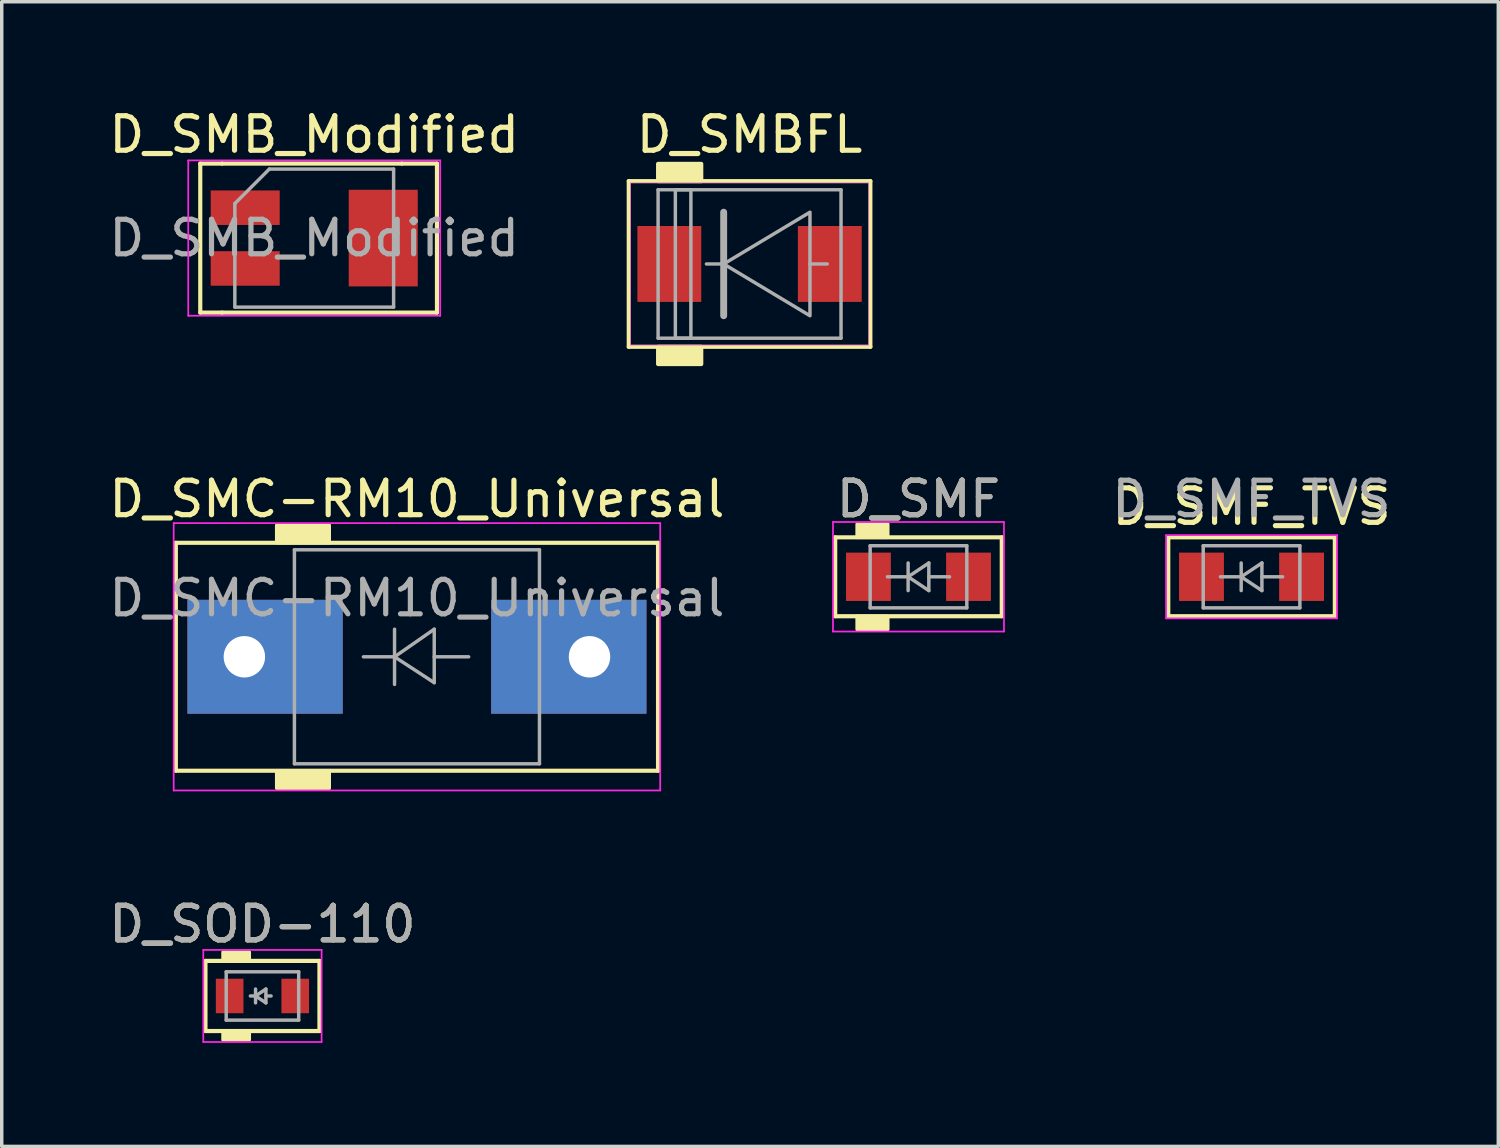
<source format=kicad_pcb>
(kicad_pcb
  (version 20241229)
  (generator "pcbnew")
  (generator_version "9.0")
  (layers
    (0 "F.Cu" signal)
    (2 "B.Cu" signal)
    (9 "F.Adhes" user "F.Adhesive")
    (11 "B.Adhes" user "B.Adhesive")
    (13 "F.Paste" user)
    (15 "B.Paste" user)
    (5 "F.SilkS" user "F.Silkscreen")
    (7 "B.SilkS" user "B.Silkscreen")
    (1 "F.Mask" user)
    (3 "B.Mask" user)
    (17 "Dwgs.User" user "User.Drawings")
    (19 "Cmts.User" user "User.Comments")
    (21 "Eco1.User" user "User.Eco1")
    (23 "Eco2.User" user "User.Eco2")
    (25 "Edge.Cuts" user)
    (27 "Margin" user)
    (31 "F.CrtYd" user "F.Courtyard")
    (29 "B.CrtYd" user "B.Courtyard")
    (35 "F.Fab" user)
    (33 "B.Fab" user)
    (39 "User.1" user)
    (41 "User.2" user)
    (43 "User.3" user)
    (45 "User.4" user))
  (footprint "D_SOD-110"
    (layer "F.Cu")
    (at 4.554 25.806)
    (property "Reference" "D_SOD-110" (at 0 -2.081 0) (layer "F.SilkS") (effects (font (size 1 1) (thickness 0.15))))
    (attr smd)
    (fp_line (start -1.651 -1.016) (end -1.651 1.016) (stroke (width 0.12) (type solid)) (layer "F.SilkS"))
    (fp_line (start -1.651 1.016) (end 1.651 1.016) (stroke (width 0.12) (type solid)) (layer "F.SilkS"))
    (fp_line (start 1.651 -1.016) (end -1.651 -1.016) (stroke (width 0.12) (type solid)) (layer "F.SilkS"))
    (fp_line (start 1.651 1.016) (end 1.651 -1.016) (stroke (width 0.12) (type solid)) (layer "F.SilkS"))
    (fp_poly (pts (xy -0.381 -1.016) (xy -1.143 -1.016) (xy -1.143 -1.27) (xy -0.381 -1.27)) (stroke (width 0.1) (type solid)) (fill yes) (layer "F.SilkS"))
    (fp_poly (pts (xy -0.381 1.27) (xy -1.143 1.27) (xy -1.143 1.016) (xy -0.381 1.016)) (stroke (width 0.1) (type solid)) (fill yes) (layer "F.SilkS"))
    (fp_line (start -1.714 -1.333) (end -1.714 1.333) (stroke (width 0.05) (type solid)) (layer "F.CrtYd"))
    (fp_line (start -1.714 -1.333) (end 1.714 -1.333) (stroke (width 0.05) (type solid)) (layer "F.CrtYd"))
    (fp_line (start 1.714 -1.333) (end 1.714 1.333) (stroke (width 0.05) (type solid)) (layer "F.CrtYd"))
    (fp_line (start 1.714 1.333) (end -1.714 1.333) (stroke (width 0.05) (type solid)) (layer "F.CrtYd"))
    (fp_line (start -1.05 -0.7) (end -1.05 0.7) (stroke (width 0.1) (type solid)) (layer "F.Fab"))
    (fp_line (start -1.05 0.7) (end 1.05 0.7) (stroke (width 0.1) (type solid)) (layer "F.Fab"))
    (fp_line (start -0.2 0) (end -0.35 0) (stroke (width 0.1) (type solid)) (layer "F.Fab"))
    (fp_line (start -0.2 0) (end 0.1 0.2) (stroke (width 0.1) (type solid)) (layer "F.Fab"))
    (fp_line (start -0.2 0.2) (end -0.2 -0.2) (stroke (width 0.1) (type solid)) (layer "F.Fab"))
    (fp_line (start 0.1 -0.2) (end -0.2 0) (stroke (width 0.1) (type solid)) (layer "F.Fab"))
    (fp_line (start 0.1 0) (end 0.25 0) (stroke (width 0.1) (type solid)) (layer "F.Fab"))
    (fp_line (start 0.1 0.2) (end 0.1 -0.2) (stroke (width 0.1) (type solid)) (layer "F.Fab"))
    (fp_line (start 1.05 -0.7) (end -1.05 -0.7) (stroke (width 0.1) (type solid)) (layer "F.Fab"))
    (fp_line (start 1.05 0.7) (end 1.05 -0.7) (stroke (width 0.1) (type solid)) (layer "F.Fab"))
    (fp_text user "${REFERENCE}" (at 0 -2.081 0) (layer "F.Fab") (effects (font (size 1 1) (thickness 0.15))))
    (pad "1" smd rect (at -0.95 0) (size 0.8 1) (layers "F.Cu" "F.Mask" "F.Paste"))
    (pad "2" smd rect (at 0.95 0) (size 0.8 1) (layers "F.Cu" "F.Mask" "F.Paste")))
  (footprint "D_SMB_Modified"
    (layer "F.Cu")
    (at 6.054 3.848)
    (property "Reference" "D_SMB_Modified" (at 0 -3 0) (layer "F.SilkS") (effects (font (size 1 1) (thickness 0.15))))
    (attr smd)
    (fp_line (start -3.302 -2.159) (end -2.667 -2.159) (stroke (width 0.12) (type solid)) (layer "F.SilkS"))
    (fp_line (start -3.302 2.159) (end -3.302 -2.159) (stroke (width 0.12) (type solid)) (layer "F.SilkS"))
    (fp_line (start -2.667 -2.159) (end 2.54 -2.159) (stroke (width 0.12) (type solid)) (layer "F.SilkS"))
    (fp_line (start -2.667 2.159) (end -3.302 2.159) (stroke (width 0.12) (type solid)) (layer "F.SilkS"))
    (fp_line (start 2.54 -2.159) (end 3.556 -2.159) (stroke (width 0.12) (type solid)) (layer "F.SilkS"))
    (fp_line (start 3.556 -2.159) (end 3.556 2.159) (stroke (width 0.12) (type solid)) (layer "F.SilkS"))
    (fp_line (start 3.556 2.159) (end -2.667 2.159) (stroke (width 0.12) (type solid)) (layer "F.SilkS"))
    (fp_line (start -3.65 -2.25) (end 3.65 -2.25) (stroke (width 0.05) (type solid)) (layer "F.CrtYd"))
    (fp_line (start -3.65 2.25) (end -3.65 -2.25) (stroke (width 0.05) (type solid)) (layer "F.CrtYd"))
    (fp_line (start 3.65 -2.25) (end 3.65 2.25) (stroke (width 0.05) (type solid)) (layer "F.CrtYd"))
    (fp_line (start 3.65 2.25) (end -3.65 2.25) (stroke (width 0.05) (type solid)) (layer "F.CrtYd"))
    (fp_line (start -2.3 2) (end -2.3 -1) (stroke (width 0.1) (type solid)) (layer "F.Fab"))
    (fp_line (start -1.3 -2) (end -2.3 -1) (stroke (width 0.1) (type solid)) (layer "F.Fab"))
    (fp_line (start 2.3 -2) (end -1.3 -2) (stroke (width 0.1) (type solid)) (layer "F.Fab"))
    (fp_line (start 2.3 -2) (end 2.3 2) (stroke (width 0.1) (type solid)) (layer "F.Fab"))
    (fp_line (start 2.3 2) (end -2.3 2) (stroke (width 0.1) (type solid)) (layer "F.Fab"))
    (fp_text user "${REFERENCE}" (at 0 0 0) (layer "F.Fab") (effects (font (size 1 1) (thickness 0.15))))
    (pad "1" smd rect (at -2 -0.88) (size 2 1) (layers "F.Cu" "F.Mask" "F.Paste"))
    (pad "2" smd rect (at 2 0) (size 2 2.8) (layers "F.Cu" "F.Mask" "F.Paste"))
    (pad "3" smd rect (at -2 0.88) (size 2 1) (layers "F.Cu" "F.Mask" "F.Paste")))
  (footprint "D_SMF_TVS"
    (layer "F.Cu")
    (at 33.211 13.661)
    (property "Reference" "D_SMF_TVS" (at 0 -2.032 0) (layer "F.SilkS") (effects (font (size 1 1) (thickness 0.15))))
    (attr smd)
    (fp_line (start -2.413 -1.143) (end -2.413 1.143) (stroke (width 0.12) (type solid)) (layer "F.SilkS"))
    (fp_line (start -2.413 1.143) (end 2.413 1.143) (stroke (width 0.12) (type solid)) (layer "F.SilkS"))
    (fp_line (start 2.413 -1.143) (end -2.413 -1.143) (stroke (width 0.12) (type solid)) (layer "F.SilkS"))
    (fp_line (start 2.413 1.143) (end 2.413 -1.143) (stroke (width 0.12) (type solid)) (layer "F.SilkS"))
    (fp_line (start -2.477 -1.206) (end 2.477 -1.206) (stroke (width 0.05) (type solid)) (layer "F.CrtYd"))
    (fp_line (start -2.477 1.206) (end -2.477 -1.206) (stroke (width 0.05) (type solid)) (layer "F.CrtYd"))
    (fp_line (start 2.477 -1.206) (end 2.477 1.206) (stroke (width 0.05) (type solid)) (layer "F.CrtYd"))
    (fp_line (start 2.477 1.206) (end -2.477 1.206) (stroke (width 0.05) (type solid)) (layer "F.CrtYd"))
    (fp_line (start -1.4 0.9) (end -1.4 -0.9) (stroke (width 0.1) (type solid)) (layer "F.Fab"))
    (fp_line (start -0.3 -0.4) (end -0.3 0.4) (stroke (width 0.1) (type solid)) (layer "F.Fab"))
    (fp_line (start -0.3 0) (end -0.9 0) (stroke (width 0.1) (type solid)) (layer "F.Fab"))
    (fp_line (start -0.3 0) (end 0.3 -0.4) (stroke (width 0.1) (type solid)) (layer "F.Fab"))
    (fp_line (start -0.3 0.001) (end 0.3 0.4) (stroke (width 0.1) (type solid)) (layer "F.Fab"))
    (fp_line (start 0.3 0) (end 0.9 0) (stroke (width 0.1) (type solid)) (layer "F.Fab"))
    (fp_line (start 0.3 0.4) (end 0.3 -0.4) (stroke (width 0.1) (type solid)) (layer "F.Fab"))
    (fp_line (start 1.4 -0.9) (end -1.4 -0.9) (stroke (width 0.1) (type solid)) (layer "F.Fab"))
    (fp_line (start 1.4 -0.9) (end 1.4 0.9) (stroke (width 0.1) (type solid)) (layer "F.Fab"))
    (fp_line (start 1.4 0.9) (end -1.4 0.9) (stroke (width 0.1) (type solid)) (layer "F.Fab"))
    (fp_text user "${REFERENCE}" (at 0 -2.254 0) (layer "F.Fab") (effects (font (size 1 1) (thickness 0.15))))
    (pad "1" smd rect (at -1.45 0) (size 1.3 1.4) (layers "F.Cu" "F.Mask" "F.Paste"))
    (pad "2" smd rect (at 1.45 0) (size 1.3 1.4) (layers "F.Cu" "F.Mask" "F.Paste")))
  (footprint "D_SMC-RM10_Universal"
    (layer "F.Cu")
    (at 9.03 15.979)
    (property "Reference" "D_SMC-RM10_Universal" (at 0 -4.572 0) (layer "F.SilkS") (effects (font (size 1 1) (thickness 0.15))))
    (attr through_hole)
    (fp_line (start -6.985 -3.302) (end -6.985 3.302) (stroke (width 0.12) (type solid)) (layer "F.SilkS"))
    (fp_line (start -6.985 3.302) (end 6.985 3.302) (stroke (width 0.12) (type solid)) (layer "F.SilkS"))
    (fp_line (start 6.985 -3.302) (end -6.985 -3.302) (stroke (width 0.12) (type solid)) (layer "F.SilkS"))
    (fp_line (start 6.985 3.302) (end 6.985 -3.302) (stroke (width 0.12) (type solid)) (layer "F.SilkS"))
    (fp_poly (pts (xy -2.54 -3.302) (xy -4.064 -3.302) (xy -4.064 -3.81) (xy -2.54 -3.81)) (stroke (width 0.1) (type solid)) (fill yes) (layer "F.SilkS"))
    (fp_poly (pts (xy -2.54 3.81) (xy -4.064 3.81) (xy -4.064 3.302) (xy -2.54 3.302)) (stroke (width 0.1) (type solid)) (fill yes) (layer "F.SilkS"))
    (fp_line (start -7.048 -3.873) (end 7.048 -3.873) (stroke (width 0.05) (type solid)) (layer "F.CrtYd"))
    (fp_line (start -7.048 3.873) (end -7.048 -3.873) (stroke (width 0.05) (type solid)) (layer "F.CrtYd"))
    (fp_line (start 7.048 -3.873) (end 7.048 3.873) (stroke (width 0.05) (type solid)) (layer "F.CrtYd"))
    (fp_line (start 7.048 3.873) (end -7.048 3.873) (stroke (width 0.05) (type solid)) (layer "F.CrtYd"))
    (fp_line (start -3.55 3.1) (end -3.55 -3.1) (stroke (width 0.1) (type solid)) (layer "F.Fab"))
    (fp_line (start -0.649 -0.799) (end -0.649 0.801) (stroke (width 0.1) (type solid)) (layer "F.Fab"))
    (fp_line (start -0.649 0.001) (end -1.551 0.001) (stroke (width 0.1) (type solid)) (layer "F.Fab"))
    (fp_line (start -0.649 0.001) (end 0.501 -0.799) (stroke (width 0.1) (type solid)) (layer "F.Fab"))
    (fp_line (start -0.649 0.001) (end 0.501 0.75) (stroke (width 0.1) (type solid)) (layer "F.Fab"))
    (fp_line (start 0.501 0.001) (end 1.499 0.001) (stroke (width 0.1) (type solid)) (layer "F.Fab"))
    (fp_line (start 0.501 0.75) (end 0.501 -0.799) (stroke (width 0.1) (type solid)) (layer "F.Fab"))
    (fp_line (start 3.55 -3.1) (end -3.55 -3.1) (stroke (width 0.1) (type solid)) (layer "F.Fab"))
    (fp_line (start 3.55 -3.1) (end 3.55 3.1) (stroke (width 0.1) (type solid)) (layer "F.Fab"))
    (fp_line (start 3.55 3.1) (end -3.55 3.1) (stroke (width 0.1) (type solid)) (layer "F.Fab"))
    (fp_text user "${REFERENCE}" (at 0 -1.7 0) (layer "F.Fab") (effects (font (size 1 1) (thickness 0.15))))
    (pad "1" thru_hole rect (at -5 0) (size 4.5 3.3) (drill 1.2 (offset 0.6 0)) (layers "*.Cu" "*.Mask"))
    (pad "2" thru_hole rect (at 5 0 180) (size 4.5 3.3) (drill 1.2 (offset 0.6 0)) (layers "*.Cu" "*.Mask")))
  (footprint "D_SMF"
    (layer "F.Cu")
    (at 23.561 13.661)
    (property "Reference" "D_SMF" (at 0 -2.254 0) (layer "F.SilkS") (effects (font (size 1 1) (thickness 0.15))))
    (attr smd)
    (fp_line (start -2.413 -1.143) (end -2.413 1.143) (stroke (width 0.12) (type solid)) (layer "F.SilkS"))
    (fp_line (start -2.413 1.143) (end 2.413 1.143) (stroke (width 0.12) (type solid)) (layer "F.SilkS"))
    (fp_line (start 2.413 -1.143) (end -2.413 -1.143) (stroke (width 0.12) (type solid)) (layer "F.SilkS"))
    (fp_line (start 2.413 1.143) (end 2.413 -1.143) (stroke (width 0.12) (type solid)) (layer "F.SilkS"))
    (fp_poly (pts (xy -0.889 -1.143) (xy -1.778 -1.143) (xy -1.778 -1.524) (xy -0.889 -1.524)) (stroke (width 0.1) (type solid)) (fill yes) (layer "F.SilkS"))
    (fp_poly (pts (xy -0.889 1.524) (xy -1.778 1.524) (xy -1.778 1.143) (xy -0.889 1.143)) (stroke (width 0.1) (type solid)) (fill yes) (layer "F.SilkS"))
    (fp_line (start -2.477 -1.587) (end 2.477 -1.587) (stroke (width 0.05) (type solid)) (layer "F.CrtYd"))
    (fp_line (start -2.477 1.587) (end -2.477 -1.587) (stroke (width 0.05) (type solid)) (layer "F.CrtYd"))
    (fp_line (start 2.477 -1.587) (end 2.477 1.587) (stroke (width 0.05) (type solid)) (layer "F.CrtYd"))
    (fp_line (start 2.477 1.587) (end -2.477 1.587) (stroke (width 0.05) (type solid)) (layer "F.CrtYd"))
    (fp_line (start -1.4 0.9) (end -1.4 -0.9) (stroke (width 0.1) (type solid)) (layer "F.Fab"))
    (fp_line (start -0.3 -0.4) (end -0.3 0.4) (stroke (width 0.1) (type solid)) (layer "F.Fab"))
    (fp_line (start -0.3 0) (end -0.9 0) (stroke (width 0.1) (type solid)) (layer "F.Fab"))
    (fp_line (start -0.3 0) (end 0.3 -0.4) (stroke (width 0.1) (type solid)) (layer "F.Fab"))
    (fp_line (start -0.3 0.001) (end 0.3 0.4) (stroke (width 0.1) (type solid)) (layer "F.Fab"))
    (fp_line (start 0.3 0) (end 0.9 0) (stroke (width 0.1) (type solid)) (layer "F.Fab"))
    (fp_line (start 0.3 0.4) (end 0.3 -0.4) (stroke (width 0.1) (type solid)) (layer "F.Fab"))
    (fp_line (start 1.4 -0.9) (end -1.4 -0.9) (stroke (width 0.1) (type solid)) (layer "F.Fab"))
    (fp_line (start 1.4 -0.9) (end 1.4 0.9) (stroke (width 0.1) (type solid)) (layer "F.Fab"))
    (fp_line (start 1.4 0.9) (end -1.4 0.9) (stroke (width 0.1) (type solid)) (layer "F.Fab"))
    (fp_text user "${REFERENCE}" (at 0 -2.254 0) (layer "F.Fab") (effects (font (size 1 1) (thickness 0.15))))
    (pad "1" smd rect (at -1.45 0) (size 1.3 1.4) (layers "F.Cu" "F.Mask" "F.Paste"))
    (pad "2" smd rect (at 1.45 0) (size 1.3 1.4) (layers "F.Cu" "F.Mask" "F.Paste")))
  (footprint "D_SMBFL"
    (layer "F.Cu")
    (at 18.667 4.598)
    (property "Reference" "D_SMBFL" (at 0 -3.75 0) (unlocked yes) (layer "F.SilkS") (effects (font (size 1 1) (thickness 0.15))))
    (fp_line (start -3.5 -2.4) (end -3.5 2.4) (stroke (width 0.12) (type solid)) (layer "F.SilkS"))
    (fp_line (start -3.5 2.4) (end 3.5 2.4) (stroke (width 0.12) (type solid)) (layer "F.SilkS"))
    (fp_line (start 3.5 -2.4) (end -3.5 -2.4) (stroke (width 0.12) (type solid)) (layer "F.SilkS"))
    (fp_line (start 3.5 2.4) (end 3.5 -2.4) (stroke (width 0.12) (type solid)) (layer "F.SilkS"))
    (fp_rect (start -2.65 -2.4) (end -1.4 -2.9) (stroke (width 0.12) (type solid)) (fill yes) (layer "F.SilkS"))
    (fp_rect (start -2.65 2.9) (end -1.4 2.4) (stroke (width 0.12) (type solid)) (fill yes) (layer "F.SilkS"))
    (fp_line (start -3.45 -2.35) (end -3.45 2.35) (stroke (width 0.013) (type solid)) (layer "F.CrtYd"))
    (fp_line (start -3.45 2.35) (end 3.45 2.35) (stroke (width 0.013) (type solid)) (layer "F.CrtYd"))
    (fp_line (start 3.45 -2.35) (end -3.45 -2.35) (stroke (width 0.013) (type solid)) (layer "F.CrtYd"))
    (fp_line (start 3.45 2.35) (end 3.45 -2.35) (stroke (width 0.013) (type solid)) (layer "F.CrtYd"))
    (fp_line (start -2.65 -2.15) (end -2.65 2.15) (stroke (width 0.1) (type solid)) (layer "F.Fab"))
    (fp_line (start -2.65 2.15) (end 2.65 2.15) (stroke (width 0.1) (type solid)) (layer "F.Fab"))
    (fp_line (start -1.25 0) (end -0.75 0) (stroke (width 0.1) (type solid)) (layer "F.Fab"))
    (fp_line (start -0.75 -1.5) (end -0.75 1.5) (stroke (width 0.2) (type solid)) (layer "F.Fab"))
    (fp_line (start 2.25 0) (end 1.75 0) (stroke (width 0.1) (type solid)) (layer "F.Fab"))
    (fp_line (start 2.65 -2.15) (end -2.65 -2.15) (stroke (width 0.1) (type solid)) (layer "F.Fab"))
    (fp_line (start 2.65 2.15) (end 2.65 -2.15) (stroke (width 0.1) (type solid)) (layer "F.Fab"))
    (fp_rect (start -2.15 -2.15) (end -1.7 2.15) (stroke (width 0.1) (type solid)) (fill no) (layer "F.Fab"))
    (fp_poly (pts (xy 1.75 1.5) (xy -0.75 0) (xy 1.75 -1.5)) (stroke (width 0.1) (type solid)) (fill no) (layer "F.Fab"))
    (pad "1" smd rect (at -2.325 0) (size 1.85 2.2) (layers "F.Cu" "F.Mask" "F.Paste"))
    (pad "2" smd rect (at 2.325 0) (size 1.85 2.2) (layers "F.Cu" "F.Mask" "F.Paste")))
  (gr_rect
    (start -3 -3)
    (end 40.36 30.165)
    (stroke (width 0.1) (type default))
    (fill no)
    (layer "Edge.Cuts")))
</source>
